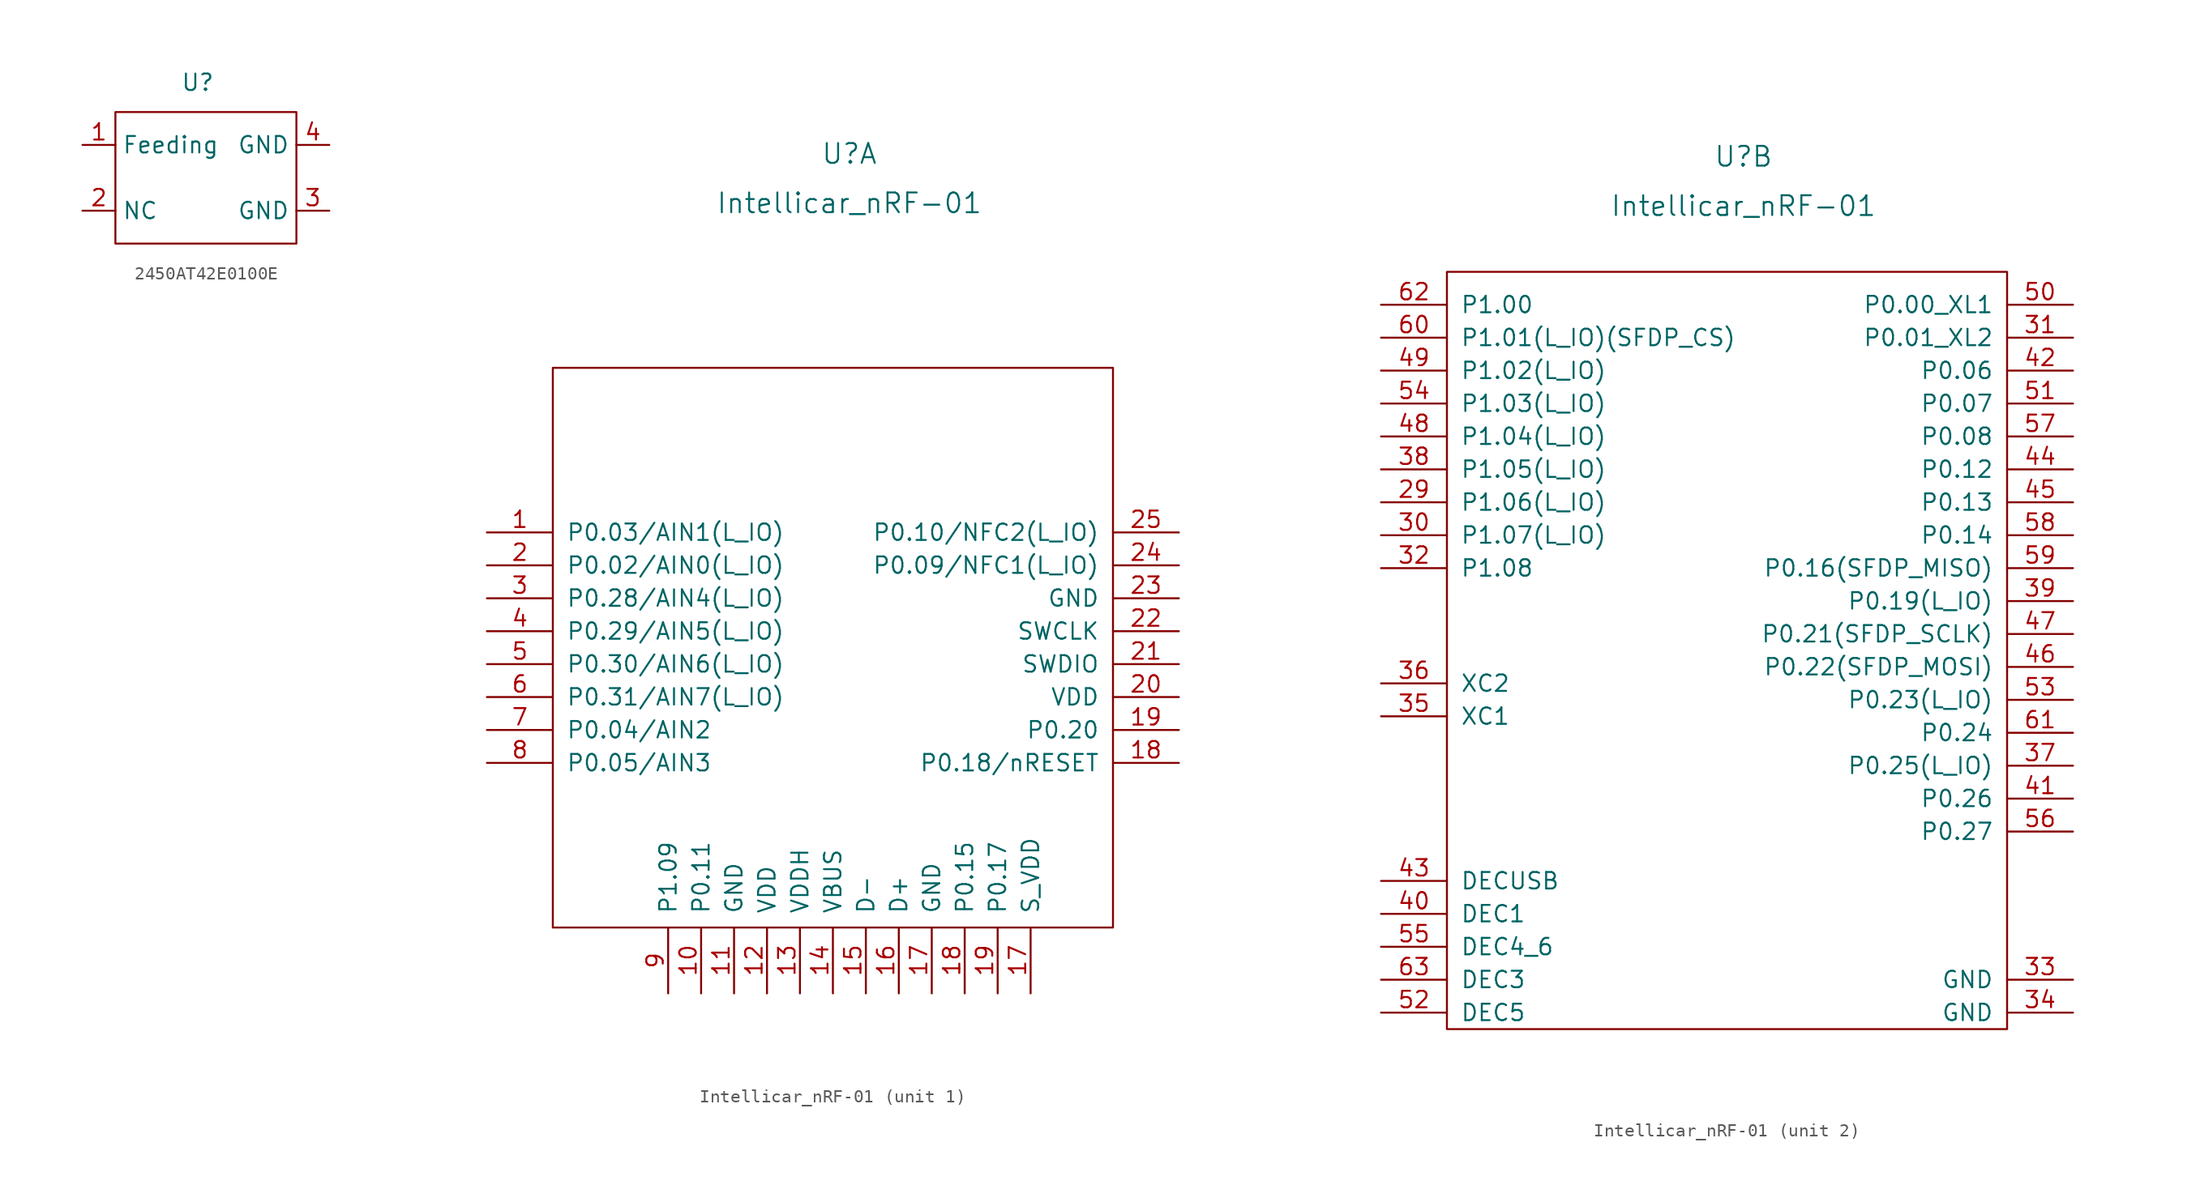
<source format=kicad_sym>
(kicad_symbol_lib
  (version 20231120)
  (generator "kicad_symbol_editor")
  (generator_version "8.0")
  (symbol "2450AT42E0100E"
    (property "Reference" "U"
      (at 0 8.636 0)
      (effects (font (size 1.27 1.27))))
    (property "Value" ""
      (at 0 0 0)
      (effects (font (size 1.27 1.27))))
    (symbol "2450AT42E0100E_0_1"
      (rectangle (start -6.35 6.35) (end 7.62 -3.81) (stroke (width 0) (type default)) (fill (type none))))
    (symbol "2450AT42E0100E_1_1"
      (pin passive line (at -8.89 3.81 0) (length 2.54) (name "Feeding" (effects (font (size 1.27 1.27)))) (number "1" (effects (font (size 1.27 1.27)))))
      (pin passive line (at -8.89 -1.27 0) (length 2.54) (name "NC" (effects (font (size 1.27 1.27)))) (number "2" (effects (font (size 1.27 1.27)))))
      (pin passive line (at 10.16 -1.27 180) (length 2.54) (name "GND" (effects (font (size 1.27 1.27)))) (number "3" (effects (font (size 1.27 1.27)))))
      (pin passive line (at 10.16 3.81 180) (length 2.54) (name "GND" (effects (font (size 1.27 1.27)))) (number "4" (effects (font (size 1.27 1.27)))))))
  (symbol "Intellicar_nRF-01"
    (pin_names
      (offset 1.016))
    (property "Reference" "U"
      (at 1.27 38.1 0)
      (effects (font (size 1.524 1.524))))
    (property "Value" "Intellicar_nRF-01"
      (at 1.27 34.29 0)
      (effects (font (size 1.524 1.524))))
    (property "ki_locked" ""
      (at 0 0 0)
      (effects (font (size 1.27 1.27))))
    (symbol "Intellicar_nRF-01_1_1"
      (rectangle (start -21.59 21.59) (end 21.59 -21.59) (stroke (width 0) (type default)) (fill (type none)))
      (pin input line (at -26.67 8.89 0) (length 5.08) (name "P0.03/AIN1(L_IO)" (effects (font (size 1.27 1.27)))) (number "1" (effects (font (size 1.27 1.27)))))
      (pin input line (at -10.16 -26.67 90) (length 5.08) (name "P0.11" (effects (font (size 1.27 1.27)))) (number "10" (effects (font (size 1.27 1.27)))))
      (pin input line (at -7.62 -26.67 90) (length 5.08) (name "GND" (effects (font (size 1.27 1.27)))) (number "11" (effects (font (size 1.27 1.27)))))
      (pin input line (at -5.08 -26.67 90) (length 5.08) (name "VDD" (effects (font (size 1.27 1.27)))) (number "12" (effects (font (size 1.27 1.27)))))
      (pin input line (at -2.54 -26.67 90) (length 5.08) (name "VDDH" (effects (font (size 1.27 1.27)))) (number "13" (effects (font (size 1.27 1.27)))))
      (pin input line (at 0 -26.67 90) (length 5.08) (name "VBUS" (effects (font (size 1.27 1.27)))) (number "14" (effects (font (size 1.27 1.27)))))
      (pin input line (at 2.54 -26.67 90) (length 5.08) (name "D-" (effects (font (size 1.27 1.27)))) (number "15" (effects (font (size 1.27 1.27)))))
      (pin input line (at 5.08 -26.67 90) (length 5.08) (name "D+" (effects (font (size 1.27 1.27)))) (number "16" (effects (font (size 1.27 1.27)))))
      (pin input line (at 7.62 -26.67 90) (length 5.08) (name "GND" (effects (font (size 1.27 1.27)))) (number "17" (effects (font (size 1.27 1.27)))))
      (pin input line (at 15.24 -26.67 90) (length 5.08) (name "S_VDD" (effects (font (size 1.27 1.27)))) (number "17" (effects (font (size 1.27 1.27)))))
      (pin input line (at 10.16 -26.67 90) (length 5.08) (name "P0.15" (effects (font (size 1.27 1.27)))) (number "18" (effects (font (size 1.27 1.27)))))
      (pin input line (at 26.67 -8.89 180) (length 5.08) (name "P0.18/nRESET" (effects (font (size 1.27 1.27)))) (number "18" (effects (font (size 1.27 1.27)))))
      (pin input line (at 12.7 -26.67 90) (length 5.08) (name "P0.17" (effects (font (size 1.27 1.27)))) (number "19" (effects (font (size 1.27 1.27)))))
      (pin input line (at 26.67 -6.35 180) (length 5.08) (name "P0.20" (effects (font (size 1.27 1.27)))) (number "19" (effects (font (size 1.27 1.27)))))
      (pin input line (at -26.67 6.35 0) (length 5.08) (name "P0.02/AIN0(L_IO)" (effects (font (size 1.27 1.27)))) (number "2" (effects (font (size 1.27 1.27)))))
      (pin input line (at 26.67 -3.81 180) (length 5.08) (name "VDD" (effects (font (size 1.27 1.27)))) (number "20" (effects (font (size 1.27 1.27)))))
      (pin input line (at 26.67 -1.27 180) (length 5.08) (name "SWDIO" (effects (font (size 1.27 1.27)))) (number "21" (effects (font (size 1.27 1.27)))))
      (pin input line (at 26.67 1.27 180) (length 5.08) (name "SWCLK" (effects (font (size 1.27 1.27)))) (number "22" (effects (font (size 1.27 1.27)))))
      (pin input line (at 26.67 3.81 180) (length 5.08) (name "GND" (effects (font (size 1.27 1.27)))) (number "23" (effects (font (size 1.27 1.27)))))
      (pin input line (at 26.67 6.35 180) (length 5.08) (name "P0.09/NFC1(L_IO)" (effects (font (size 1.27 1.27)))) (number "24" (effects (font (size 1.27 1.27)))))
      (pin input line (at 26.67 8.89 180) (length 5.08) (name "P0.10/NFC2(L_IO)" (effects (font (size 1.27 1.27)))) (number "25" (effects (font (size 1.27 1.27)))))
      (pin input line (at -26.67 3.81 0) (length 5.08) (name "P0.28/AIN4(L_IO)" (effects (font (size 1.27 1.27)))) (number "3" (effects (font (size 1.27 1.27)))))
      (pin input line (at -26.67 1.27 0) (length 5.08) (name "P0.29/AIN5(L_IO)" (effects (font (size 1.27 1.27)))) (number "4" (effects (font (size 1.27 1.27)))))
      (pin input line (at -26.67 -1.27 0) (length 5.08) (name "P0.30/AIN6(L_IO)" (effects (font (size 1.27 1.27)))) (number "5" (effects (font (size 1.27 1.27)))))
      (pin input line (at -26.67 -3.81 0) (length 5.08) (name "P0.31/AIN7(L_IO)" (effects (font (size 1.27 1.27)))) (number "6" (effects (font (size 1.27 1.27)))))
      (pin input line (at -26.67 -6.35 0) (length 5.08) (name "P0.04/AIN2" (effects (font (size 1.27 1.27)))) (number "7" (effects (font (size 1.27 1.27)))))
      (pin input line (at -26.67 -8.89 0) (length 5.08) (name "P0.05/AIN3" (effects (font (size 1.27 1.27)))) (number "8" (effects (font (size 1.27 1.27)))))
      (pin input line (at -12.7 -26.67 90) (length 5.08) (name "P1.09" (effects (font (size 1.27 1.27)))) (number "9" (effects (font (size 1.27 1.27))))))
    (symbol "Intellicar_nRF-01_2_1"
      (rectangle (start -21.59 29.21) (end 21.59 -29.21) (stroke (width 0) (type default)) (fill (type none)))
      (pin input line (at -26.67 11.43 0) (length 5.08) (name "P1.06(L_IO)" (effects (font (size 1.27 1.27)))) (number "29" (effects (font (size 1.27 1.27)))))
      (pin input line (at -26.67 8.89 0) (length 5.08) (name "P1.07(L_IO)" (effects (font (size 1.27 1.27)))) (number "30" (effects (font (size 1.27 1.27)))))
      (pin input line (at 26.67 24.13 180) (length 5.08) (name "P0.01_XL2" (effects (font (size 1.27 1.27)))) (number "31" (effects (font (size 1.27 1.27)))))
      (pin input line (at -26.67 6.35 0) (length 5.08) (name "P1.08" (effects (font (size 1.27 1.27)))) (number "32" (effects (font (size 1.27 1.27)))))
      (pin input line (at 26.67 -25.4 180) (length 5.08) (name "GND" (effects (font (size 1.27 1.27)))) (number "33" (effects (font (size 1.27 1.27)))))
      (pin input line (at 26.67 -27.94 180) (length 5.08) (name "GND" (effects (font (size 1.27 1.27)))) (number "34" (effects (font (size 1.27 1.27)))))
      (pin input line (at -26.67 -5.08 0) (length 5.08) (name "XC1" (effects (font (size 1.27 1.27)))) (number "35" (effects (font (size 1.27 1.27)))))
      (pin input line (at -26.67 -2.54 0) (length 5.08) (name "XC2" (effects (font (size 1.27 1.27)))) (number "36" (effects (font (size 1.27 1.27)))))
      (pin input line (at 26.67 -8.89 180) (length 5.08) (name "P0.25(L_IO)" (effects (font (size 1.27 1.27)))) (number "37" (effects (font (size 1.27 1.27)))))
      (pin input line (at -26.67 13.97 0) (length 5.08) (name "P1.05(L_IO)" (effects (font (size 1.27 1.27)))) (number "38" (effects (font (size 1.27 1.27)))))
      (pin input line (at 26.67 3.81 180) (length 5.08) (name "P0.19(L_IO)" (effects (font (size 1.27 1.27)))) (number "39" (effects (font (size 1.27 1.27)))))
      (pin input line (at -26.67 -20.32 0) (length 5.08) (name "DEC1" (effects (font (size 1.27 1.27)))) (number "40" (effects (font (size 1.27 1.27)))))
      (pin input line (at 26.67 -11.43 180) (length 5.08) (name "P0.26" (effects (font (size 1.27 1.27)))) (number "41" (effects (font (size 1.27 1.27)))))
      (pin input line (at 26.67 21.59 180) (length 5.08) (name "P0.06" (effects (font (size 1.27 1.27)))) (number "42" (effects (font (size 1.27 1.27)))))
      (pin input line (at -26.67 -17.78 0) (length 5.08) (name "DECUSB" (effects (font (size 1.27 1.27)))) (number "43" (effects (font (size 1.27 1.27)))))
      (pin input line (at 26.67 13.97 180) (length 5.08) (name "P0.12" (effects (font (size 1.27 1.27)))) (number "44" (effects (font (size 1.27 1.27)))))
      (pin input line (at 26.67 11.43 180) (length 5.08) (name "P0.13" (effects (font (size 1.27 1.27)))) (number "45" (effects (font (size 1.27 1.27)))))
      (pin input line (at 26.67 -1.27 180) (length 5.08) (name "P0.22(SFDP_MOSI)" (effects (font (size 1.27 1.27)))) (number "46" (effects (font (size 1.27 1.27)))))
      (pin input line (at 26.67 1.27 180) (length 5.08) (name "P0.21(SFDP_SCLK)" (effects (font (size 1.27 1.27)))) (number "47" (effects (font (size 1.27 1.27)))))
      (pin input line (at -26.67 16.51 0) (length 5.08) (name "P1.04(L_IO)" (effects (font (size 1.27 1.27)))) (number "48" (effects (font (size 1.27 1.27)))))
      (pin input line (at -26.67 21.59 0) (length 5.08) (name "P1.02(L_IO)" (effects (font (size 1.27 1.27)))) (number "49" (effects (font (size 1.27 1.27)))))
      (pin input line (at 26.67 26.67 180) (length 5.08) (name "P0.00_XL1" (effects (font (size 1.27 1.27)))) (number "50" (effects (font (size 1.27 1.27)))))
      (pin input line (at 26.67 19.05 180) (length 5.08) (name "P0.07" (effects (font (size 1.27 1.27)))) (number "51" (effects (font (size 1.27 1.27)))))
      (pin input line (at -26.67 -27.94 0) (length 5.08) (name "DEC5" (effects (font (size 1.27 1.27)))) (number "52" (effects (font (size 1.27 1.27)))))
      (pin input line (at 26.67 -3.81 180) (length 5.08) (name "P0.23(L_IO)" (effects (font (size 1.27 1.27)))) (number "53" (effects (font (size 1.27 1.27)))))
      (pin input line (at -26.67 19.05 0) (length 5.08) (name "P1.03(L_IO)" (effects (font (size 1.27 1.27)))) (number "54" (effects (font (size 1.27 1.27)))))
      (pin input line (at -26.67 -22.86 0) (length 5.08) (name "DEC4_6" (effects (font (size 1.27 1.27)))) (number "55" (effects (font (size 1.27 1.27)))))
      (pin input line (at 26.67 -13.97 180) (length 5.08) (name "P0.27" (effects (font (size 1.27 1.27)))) (number "56" (effects (font (size 1.27 1.27)))))
      (pin input line (at 26.67 16.51 180) (length 5.08) (name "P0.08" (effects (font (size 1.27 1.27)))) (number "57" (effects (font (size 1.27 1.27)))))
      (pin input line (at 26.67 8.89 180) (length 5.08) (name "P0.14" (effects (font (size 1.27 1.27)))) (number "58" (effects (font (size 1.27 1.27)))))
      (pin input line (at 26.67 6.35 180) (length 5.08) (name "P0.16(SFDP_MISO)" (effects (font (size 1.27 1.27)))) (number "59" (effects (font (size 1.27 1.27)))))
      (pin input line (at -26.67 24.13 0) (length 5.08) (name "P1.01(L_IO)(SFDP_CS)" (effects (font (size 1.27 1.27)))) (number "60" (effects (font (size 1.27 1.27)))))
      (pin input line (at 26.67 -6.35 180) (length 5.08) (name "P0.24" (effects (font (size 1.27 1.27)))) (number "61" (effects (font (size 1.27 1.27)))))
      (pin input line (at -26.67 26.67 0) (length 5.08) (name "P1.00" (effects (font (size 1.27 1.27)))) (number "62" (effects (font (size 1.27 1.27)))))
      (pin input line (at -26.67 -25.4 0) (length 5.08) (name "DEC3" (effects (font (size 1.27 1.27)))) (number "63" (effects (font (size 1.27 1.27))))))))
</source>
